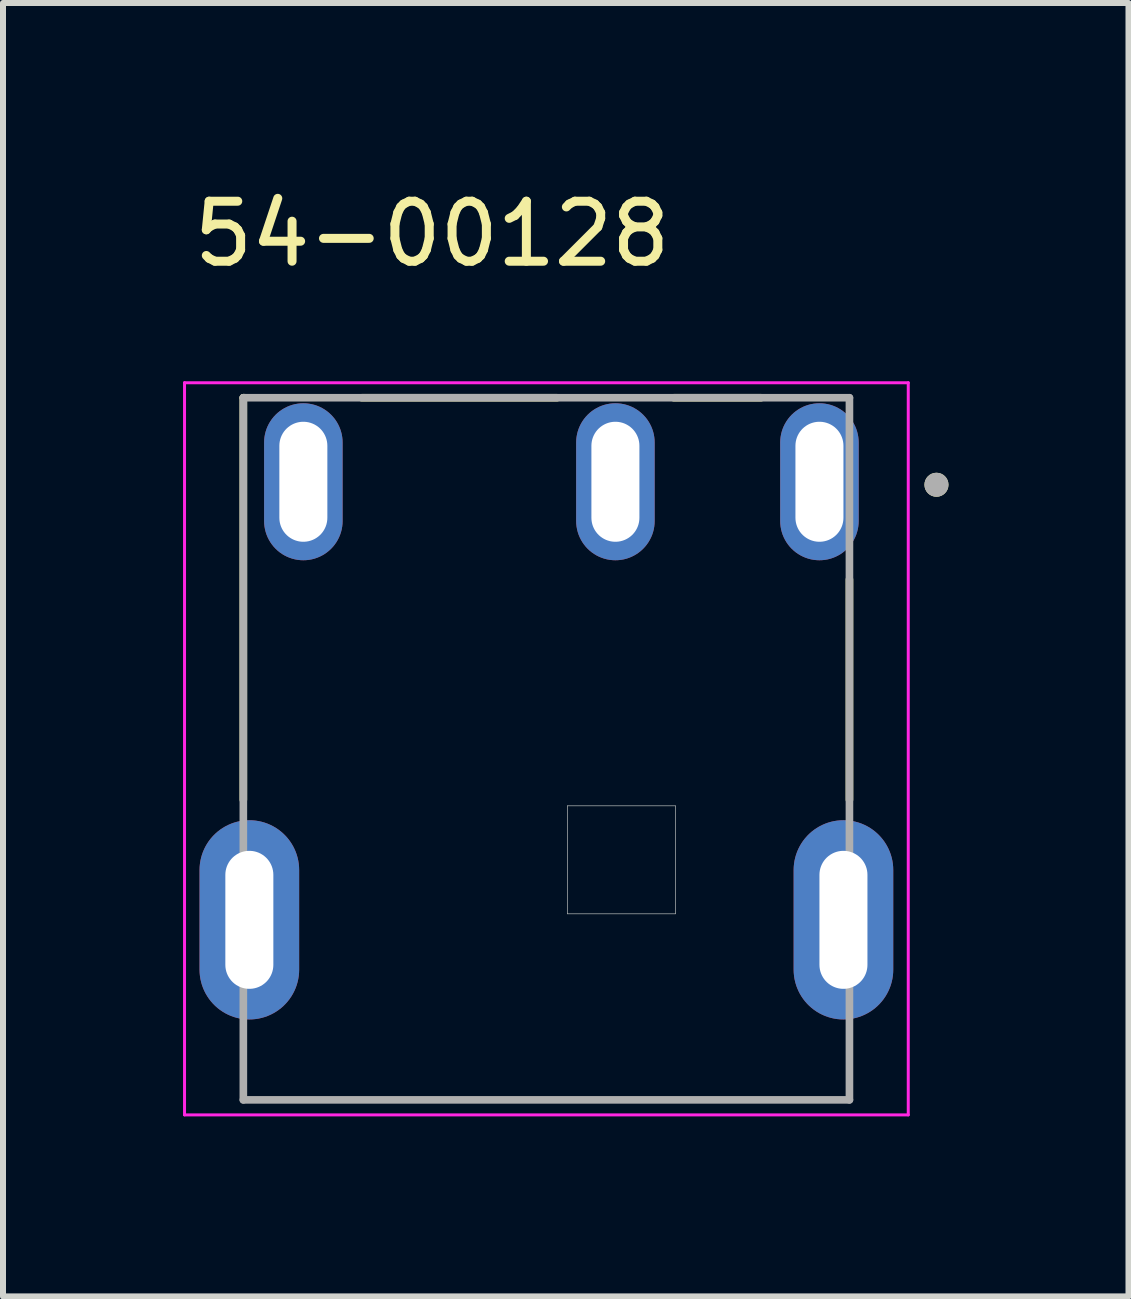
<source format=kicad_pcb>
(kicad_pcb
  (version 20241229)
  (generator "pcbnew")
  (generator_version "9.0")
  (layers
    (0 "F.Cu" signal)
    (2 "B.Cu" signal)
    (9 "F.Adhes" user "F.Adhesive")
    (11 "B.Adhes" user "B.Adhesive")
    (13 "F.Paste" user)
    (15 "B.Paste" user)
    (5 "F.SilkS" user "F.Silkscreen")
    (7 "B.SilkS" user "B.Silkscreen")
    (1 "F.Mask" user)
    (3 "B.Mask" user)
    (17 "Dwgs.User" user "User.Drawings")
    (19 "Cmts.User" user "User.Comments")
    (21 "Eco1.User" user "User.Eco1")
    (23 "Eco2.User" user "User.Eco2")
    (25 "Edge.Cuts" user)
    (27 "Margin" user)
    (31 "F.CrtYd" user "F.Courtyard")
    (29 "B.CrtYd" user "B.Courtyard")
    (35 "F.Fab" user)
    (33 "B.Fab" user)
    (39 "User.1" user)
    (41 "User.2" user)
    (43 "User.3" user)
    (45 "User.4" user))
  (footprint "54-00128"
    (layer "F.Cu")
    (at 6.055 12.278)
    (property "Reference" "54-00128" (at -1.905 -11.43 0) (layer "F.SilkS") (effects (font (size 1 1) (thickness 0.15))))
    (attr through_hole)
    (fp_line (start -5.05 -8.7) (end -5.024 -8.7) (stroke (width 0.127) (type solid)) (layer "F.SilkS"))
    (fp_line (start -5.05 -2) (end -5.05 -8.7) (stroke (width 0.127) (type solid)) (layer "F.SilkS"))
    (fp_line (start -3.076 -8.7) (end 0.176 -8.7) (stroke (width 0.127) (type solid)) (layer "F.SilkS"))
    (fp_line (start 2.124 -8.7) (end 3.576 -8.7) (stroke (width 0.127) (type solid)) (layer "F.SilkS"))
    (fp_line (start 5.05 -5.672) (end 5.05 -2) (stroke (width 0.127) (type solid)) (layer "F.SilkS"))
    (fp_circle (center 6.5 -7.25) (end 6.6 -7.25) (stroke (width 0.2) (type solid)) (fill no) (layer "F.SilkS"))
    (fp_line (start 0.35 -1.9) (end 2.15 -1.9) (stroke (width 0.01) (type solid)) (layer "Edge.Cuts"))
    (fp_line (start 0.35 -0.1) (end 0.35 -1.9) (stroke (width 0.01) (type solid)) (layer "Edge.Cuts"))
    (fp_line (start 2.15 -1.9) (end 2.15 -0.1) (stroke (width 0.01) (type solid)) (layer "Edge.Cuts"))
    (fp_line (start 2.15 -0.1) (end 0.35 -0.1) (stroke (width 0.01) (type solid)) (layer "Edge.Cuts"))
    (fp_line (start -6.03 -8.95) (end -6.03 3.25) (stroke (width 0.05) (type solid)) (layer "F.CrtYd"))
    (fp_line (start -6.03 3.25) (end 6.03 3.25) (stroke (width 0.05) (type solid)) (layer "F.CrtYd"))
    (fp_line (start 6.03 -8.95) (end -6.03 -8.95) (stroke (width 0.05) (type solid)) (layer "F.CrtYd"))
    (fp_line (start 6.03 3.25) (end 6.03 -8.95) (stroke (width 0.05) (type solid)) (layer "F.CrtYd"))
    (fp_line (start -5.05 -8.7) (end 5.05 -8.7) (stroke (width 0.127) (type solid)) (layer "F.Fab"))
    (fp_line (start -5.05 3) (end -5.05 -8.7) (stroke (width 0.127) (type solid)) (layer "F.Fab"))
    (fp_line (start 5.05 -8.7) (end 5.05 3) (stroke (width 0.127) (type solid)) (layer "F.Fab"))
    (fp_line (start 5.05 3) (end -5.05 3) (stroke (width 0.127) (type solid)) (layer "F.Fab"))
    (fp_circle (center 6.5 -7.25) (end 6.6 -7.25) (stroke (width 0.2) (type solid)) (fill no) (layer "F.Fab"))
    (pad "1" thru_hole oval (at 4.55 -7.3) (size 1.308 2.616) (drill oval 0.8 2) (layers "*.Cu" "*.Mask"))
    (pad "2" thru_hole oval (at -4.05 -7.3) (size 1.308 2.616) (drill oval 0.8 2) (layers "*.Cu" "*.Mask"))
    (pad "3" thru_hole oval (at 1.15 -7.3) (size 1.308 2.616) (drill oval 0.8 2) (layers "*.Cu" "*.Mask"))
    (pad "SH1" thru_hole oval (at -4.95 0) (size 1.66 3.32) (drill oval 0.8 2.3) (layers "*.Cu" "*.Mask"))
    (pad "SH2" thru_hole oval (at 4.95 0) (size 1.66 3.32) (drill oval 0.8 2.3) (layers "*.Cu" "*.Mask")))
  (gr_rect
    (start -3 -3)
    (end 15.755 18.553)
    (stroke (width 0.1) (type default))
    (fill no)
    (layer "Edge.Cuts")))
</source>
